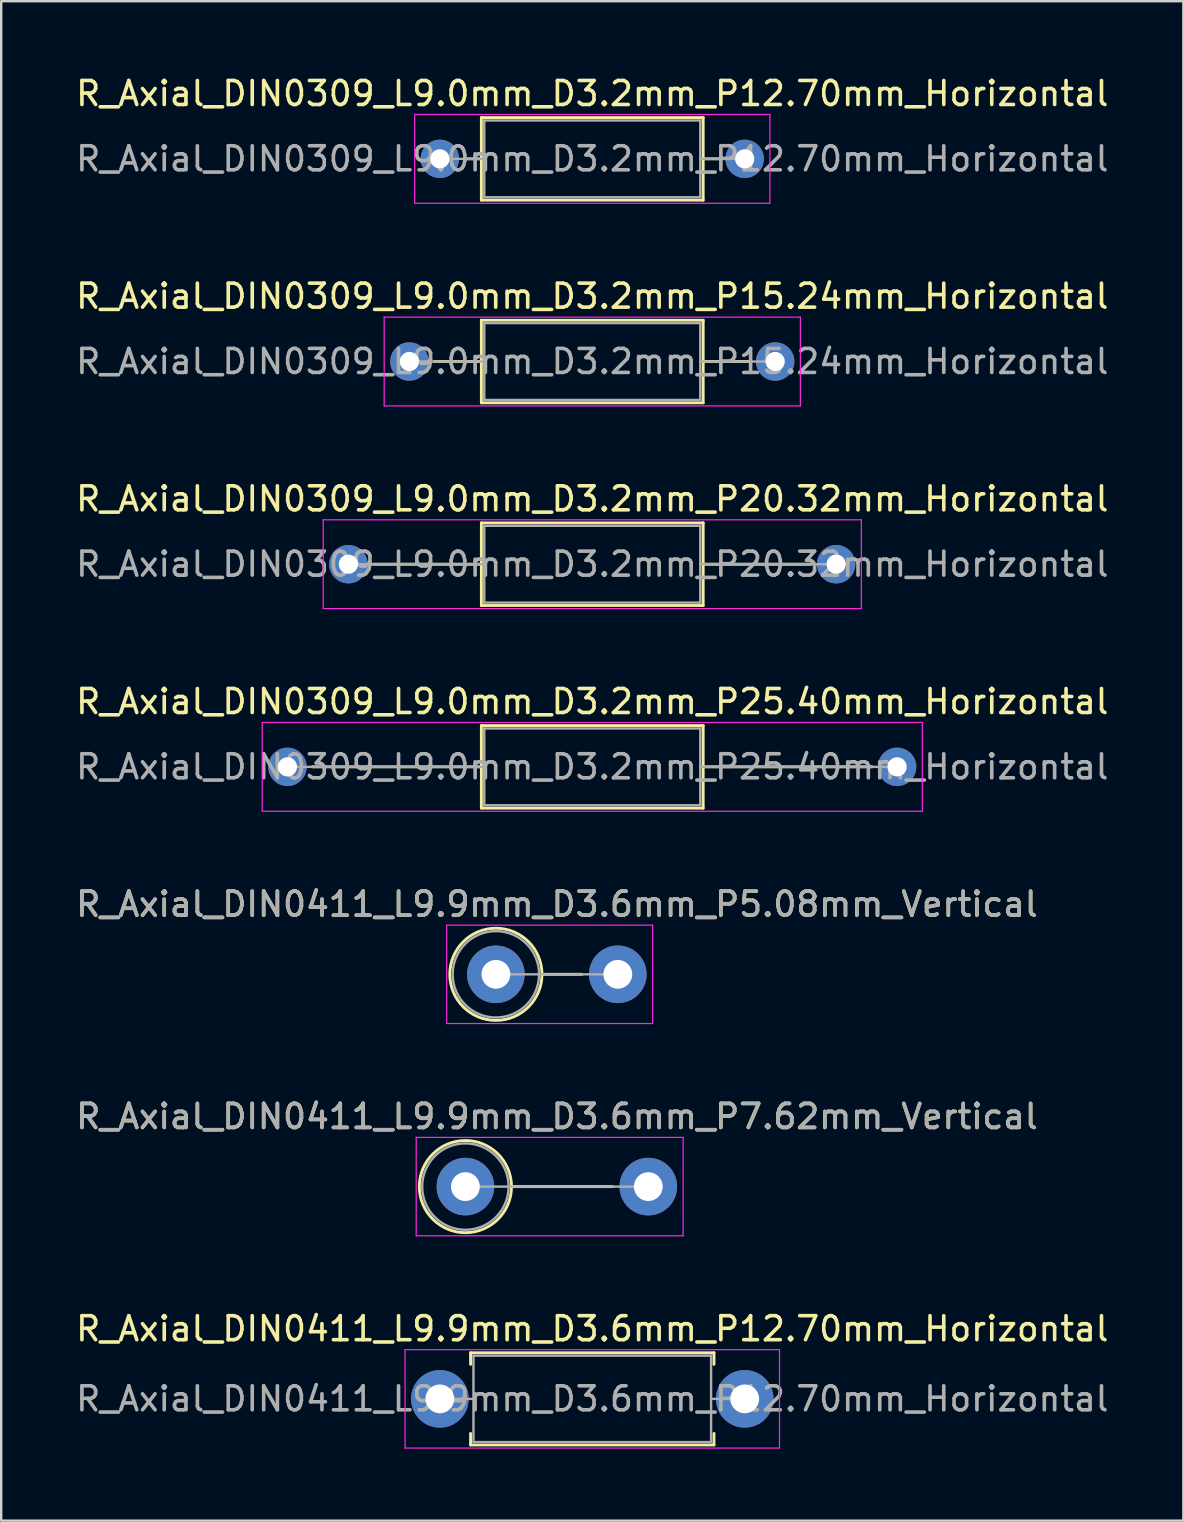
<source format=kicad_pcb>
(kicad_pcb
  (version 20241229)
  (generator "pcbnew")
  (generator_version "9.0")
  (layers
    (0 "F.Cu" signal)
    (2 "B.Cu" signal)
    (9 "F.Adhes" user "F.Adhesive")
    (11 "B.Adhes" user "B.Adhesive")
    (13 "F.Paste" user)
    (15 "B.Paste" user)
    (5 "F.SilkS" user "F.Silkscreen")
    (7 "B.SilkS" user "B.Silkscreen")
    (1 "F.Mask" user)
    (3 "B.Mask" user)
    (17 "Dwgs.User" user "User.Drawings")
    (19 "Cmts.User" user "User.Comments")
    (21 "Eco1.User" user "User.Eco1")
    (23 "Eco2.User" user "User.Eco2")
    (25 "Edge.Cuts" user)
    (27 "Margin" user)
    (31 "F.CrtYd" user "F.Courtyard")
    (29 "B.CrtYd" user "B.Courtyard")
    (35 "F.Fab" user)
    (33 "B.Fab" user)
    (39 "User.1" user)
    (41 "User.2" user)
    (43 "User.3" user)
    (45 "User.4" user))
  (footprint "R_Axial_DIN0309_L9.0mm_D3.2mm_P12.70mm_Horizontal"
    (layer "F.Cu")
    (at 15.275 3.568)
    (property "Reference" "R_Axial_DIN0309_L9.0mm_D3.2mm_P12.70mm_Horizontal" (at 6.35 -2.72 0) (layer "F.SilkS") (effects (font (size 1 1) (thickness 0.15))))
    (attr through_hole)
    (fp_line (start 1.04 0) (end 1.73 0) (stroke (width 0.12) (type solid)) (layer "F.SilkS"))
    (fp_line (start 1.73 -1.72) (end 1.73 1.72) (stroke (width 0.12) (type solid)) (layer "F.SilkS"))
    (fp_line (start 1.73 1.72) (end 10.97 1.72) (stroke (width 0.12) (type solid)) (layer "F.SilkS"))
    (fp_line (start 10.97 -1.72) (end 1.73 -1.72) (stroke (width 0.12) (type solid)) (layer "F.SilkS"))
    (fp_line (start 10.97 1.72) (end 10.97 -1.72) (stroke (width 0.12) (type solid)) (layer "F.SilkS"))
    (fp_line (start 11.66 0) (end 10.97 0) (stroke (width 0.12) (type solid)) (layer "F.SilkS"))
    (fp_line (start -1.05 -1.85) (end -1.05 1.85) (stroke (width 0.05) (type solid)) (layer "F.CrtYd"))
    (fp_line (start -1.05 1.85) (end 13.75 1.85) (stroke (width 0.05) (type solid)) (layer "F.CrtYd"))
    (fp_line (start 13.75 -1.85) (end -1.05 -1.85) (stroke (width 0.05) (type solid)) (layer "F.CrtYd"))
    (fp_line (start 13.75 1.85) (end 13.75 -1.85) (stroke (width 0.05) (type solid)) (layer "F.CrtYd"))
    (fp_line (start 0 0) (end 1.85 0) (stroke (width 0.1) (type solid)) (layer "F.Fab"))
    (fp_line (start 1.85 -1.6) (end 1.85 1.6) (stroke (width 0.1) (type solid)) (layer "F.Fab"))
    (fp_line (start 1.85 1.6) (end 10.85 1.6) (stroke (width 0.1) (type solid)) (layer "F.Fab"))
    (fp_line (start 10.85 -1.6) (end 1.85 -1.6) (stroke (width 0.1) (type solid)) (layer "F.Fab"))
    (fp_line (start 10.85 1.6) (end 10.85 -1.6) (stroke (width 0.1) (type solid)) (layer "F.Fab"))
    (fp_line (start 12.7 0) (end 10.85 0) (stroke (width 0.1) (type solid)) (layer "F.Fab"))
    (fp_text user "${REFERENCE}" (at 6.35 0 0) (layer "F.Fab") (effects (font (size 1 1) (thickness 0.15))))
    (pad "1" thru_hole circle (at 0 0) (size 1.6 1.6) (drill 0.8) (layers "*.Cu" "*.Mask"))
    (pad "2" thru_hole oval (at 12.7 0) (size 1.6 1.6) (drill 0.8) (layers "*.Cu" "*.Mask")))
  (footprint "R_Axial_DIN0309_L9.0mm_D3.2mm_P15.24mm_Horizontal"
    (layer "F.Cu")
    (at 14.005 12.011)
    (property "Reference" "R_Axial_DIN0309_L9.0mm_D3.2mm_P15.24mm_Horizontal" (at 7.62 -2.72 0) (layer "F.SilkS") (effects (font (size 1 1) (thickness 0.15))))
    (attr through_hole)
    (fp_line (start 1.04 0) (end 3 0) (stroke (width 0.12) (type solid)) (layer "F.SilkS"))
    (fp_line (start 3 -1.72) (end 3 1.72) (stroke (width 0.12) (type solid)) (layer "F.SilkS"))
    (fp_line (start 3 1.72) (end 12.24 1.72) (stroke (width 0.12) (type solid)) (layer "F.SilkS"))
    (fp_line (start 12.24 -1.72) (end 3 -1.72) (stroke (width 0.12) (type solid)) (layer "F.SilkS"))
    (fp_line (start 12.24 1.72) (end 12.24 -1.72) (stroke (width 0.12) (type solid)) (layer "F.SilkS"))
    (fp_line (start 14.2 0) (end 12.24 0) (stroke (width 0.12) (type solid)) (layer "F.SilkS"))
    (fp_line (start -1.05 -1.85) (end -1.05 1.85) (stroke (width 0.05) (type solid)) (layer "F.CrtYd"))
    (fp_line (start -1.05 1.85) (end 16.29 1.85) (stroke (width 0.05) (type solid)) (layer "F.CrtYd"))
    (fp_line (start 16.29 -1.85) (end -1.05 -1.85) (stroke (width 0.05) (type solid)) (layer "F.CrtYd"))
    (fp_line (start 16.29 1.85) (end 16.29 -1.85) (stroke (width 0.05) (type solid)) (layer "F.CrtYd"))
    (fp_line (start 0 0) (end 3.12 0) (stroke (width 0.1) (type solid)) (layer "F.Fab"))
    (fp_line (start 3.12 -1.6) (end 3.12 1.6) (stroke (width 0.1) (type solid)) (layer "F.Fab"))
    (fp_line (start 3.12 1.6) (end 12.12 1.6) (stroke (width 0.1) (type solid)) (layer "F.Fab"))
    (fp_line (start 12.12 -1.6) (end 3.12 -1.6) (stroke (width 0.1) (type solid)) (layer "F.Fab"))
    (fp_line (start 12.12 1.6) (end 12.12 -1.6) (stroke (width 0.1) (type solid)) (layer "F.Fab"))
    (fp_line (start 15.24 0) (end 12.12 0) (stroke (width 0.1) (type solid)) (layer "F.Fab"))
    (fp_text user "${REFERENCE}" (at 7.62 0 0) (layer "F.Fab") (effects (font (size 1 1) (thickness 0.15))))
    (pad "1" thru_hole circle (at 0 0) (size 1.6 1.6) (drill 0.8) (layers "*.Cu" "*.Mask"))
    (pad "2" thru_hole oval (at 15.24 0) (size 1.6 1.6) (drill 0.8) (layers "*.Cu" "*.Mask")))
  (footprint "R_Axial_DIN0411_L9.9mm_D3.6mm_P5.08mm_Vertical"
    (layer "F.Cu")
    (at 17.609 37.541)
    (property "Reference" "R_Axial_DIN0411_L9.9mm_D3.6mm_P5.08mm_Vertical" (at 2.54 -2.92 0) (layer "F.SilkS") (effects (font (size 1 1) (thickness 0.15))))
    (attr through_hole)
    (fp_line (start 1.92 0) (end 3.58 0) (stroke (width 0.12) (type solid)) (layer "F.SilkS"))
    (fp_circle (center 0 0) (end 1.92 0) (stroke (width 0.12) (type solid)) (fill no) (layer "F.SilkS"))
    (fp_line (start -2.05 -2.05) (end -2.05 2.05) (stroke (width 0.05) (type solid)) (layer "F.CrtYd"))
    (fp_line (start -2.05 2.05) (end 6.53 2.05) (stroke (width 0.05) (type solid)) (layer "F.CrtYd"))
    (fp_line (start 6.53 -2.05) (end -2.05 -2.05) (stroke (width 0.05) (type solid)) (layer "F.CrtYd"))
    (fp_line (start 6.53 2.05) (end 6.53 -2.05) (stroke (width 0.05) (type solid)) (layer "F.CrtYd"))
    (fp_line (start 0 0) (end 5.08 0) (stroke (width 0.1) (type solid)) (layer "F.Fab"))
    (fp_circle (center 0 0) (end 1.8 0) (stroke (width 0.1) (type solid)) (fill no) (layer "F.Fab"))
    (fp_text user "${REFERENCE}" (at 2.54 -2.92 0) (layer "F.Fab") (effects (font (size 1 1) (thickness 0.15))))
    (pad "1" thru_hole circle (at 0 0) (size 2.4 2.4) (drill 1.2) (layers "*.Cu" "*.Mask"))
    (pad "2" thru_hole oval (at 5.08 0) (size 2.4 2.4) (drill 1.2) (layers "*.Cu" "*.Mask")))
  (footprint "R_Axial_DIN0309_L9.0mm_D3.2mm_P20.32mm_Horizontal"
    (layer "F.Cu")
    (at 11.465 20.455)
    (property "Reference" "R_Axial_DIN0309_L9.0mm_D3.2mm_P20.32mm_Horizontal" (at 10.16 -2.72 0) (layer "F.SilkS") (effects (font (size 1 1) (thickness 0.15))))
    (attr through_hole)
    (fp_line (start 1.04 0) (end 5.54 0) (stroke (width 0.12) (type solid)) (layer "F.SilkS"))
    (fp_line (start 5.54 -1.72) (end 5.54 1.72) (stroke (width 0.12) (type solid)) (layer "F.SilkS"))
    (fp_line (start 5.54 1.72) (end 14.78 1.72) (stroke (width 0.12) (type solid)) (layer "F.SilkS"))
    (fp_line (start 14.78 -1.72) (end 5.54 -1.72) (stroke (width 0.12) (type solid)) (layer "F.SilkS"))
    (fp_line (start 14.78 1.72) (end 14.78 -1.72) (stroke (width 0.12) (type solid)) (layer "F.SilkS"))
    (fp_line (start 19.28 0) (end 14.78 0) (stroke (width 0.12) (type solid)) (layer "F.SilkS"))
    (fp_line (start -1.05 -1.85) (end -1.05 1.85) (stroke (width 0.05) (type solid)) (layer "F.CrtYd"))
    (fp_line (start -1.05 1.85) (end 21.37 1.85) (stroke (width 0.05) (type solid)) (layer "F.CrtYd"))
    (fp_line (start 21.37 -1.85) (end -1.05 -1.85) (stroke (width 0.05) (type solid)) (layer "F.CrtYd"))
    (fp_line (start 21.37 1.85) (end 21.37 -1.85) (stroke (width 0.05) (type solid)) (layer "F.CrtYd"))
    (fp_line (start 0 0) (end 5.66 0) (stroke (width 0.1) (type solid)) (layer "F.Fab"))
    (fp_line (start 5.66 -1.6) (end 5.66 1.6) (stroke (width 0.1) (type solid)) (layer "F.Fab"))
    (fp_line (start 5.66 1.6) (end 14.66 1.6) (stroke (width 0.1) (type solid)) (layer "F.Fab"))
    (fp_line (start 14.66 -1.6) (end 5.66 -1.6) (stroke (width 0.1) (type solid)) (layer "F.Fab"))
    (fp_line (start 14.66 1.6) (end 14.66 -1.6) (stroke (width 0.1) (type solid)) (layer "F.Fab"))
    (fp_line (start 20.32 0) (end 14.66 0) (stroke (width 0.1) (type solid)) (layer "F.Fab"))
    (fp_text user "${REFERENCE}" (at 10.16 0 0) (layer "F.Fab") (effects (font (size 1 1) (thickness 0.15))))
    (pad "1" thru_hole circle (at 0 0) (size 1.6 1.6) (drill 0.8) (layers "*.Cu" "*.Mask"))
    (pad "2" thru_hole oval (at 20.32 0) (size 1.6 1.6) (drill 0.8) (layers "*.Cu" "*.Mask")))
  (footprint "R_Axial_DIN0411_L9.9mm_D3.6mm_P7.62mm_Vertical"
    (layer "F.Cu")
    (at 16.339 46.385)
    (property "Reference" "R_Axial_DIN0411_L9.9mm_D3.6mm_P7.62mm_Vertical" (at 3.81 -2.92 0) (layer "F.SilkS") (effects (font (size 1 1) (thickness 0.15))))
    (attr through_hole)
    (fp_line (start 1.92 0) (end 6.12 0) (stroke (width 0.12) (type solid)) (layer "F.SilkS"))
    (fp_circle (center 0 0) (end 1.92 0) (stroke (width 0.12) (type solid)) (fill no) (layer "F.SilkS"))
    (fp_line (start -2.05 -2.05) (end -2.05 2.05) (stroke (width 0.05) (type solid)) (layer "F.CrtYd"))
    (fp_line (start -2.05 2.05) (end 9.07 2.05) (stroke (width 0.05) (type solid)) (layer "F.CrtYd"))
    (fp_line (start 9.07 -2.05) (end -2.05 -2.05) (stroke (width 0.05) (type solid)) (layer "F.CrtYd"))
    (fp_line (start 9.07 2.05) (end 9.07 -2.05) (stroke (width 0.05) (type solid)) (layer "F.CrtYd"))
    (fp_line (start 0 0) (end 7.62 0) (stroke (width 0.1) (type solid)) (layer "F.Fab"))
    (fp_circle (center 0 0) (end 1.8 0) (stroke (width 0.1) (type solid)) (fill no) (layer "F.Fab"))
    (fp_text user "${REFERENCE}" (at 3.81 -2.92 0) (layer "F.Fab") (effects (font (size 1 1) (thickness 0.15))))
    (pad "1" thru_hole circle (at 0 0) (size 2.4 2.4) (drill 1.2) (layers "*.Cu" "*.Mask"))
    (pad "2" thru_hole oval (at 7.62 0) (size 2.4 2.4) (drill 1.2) (layers "*.Cu" "*.Mask")))
  (footprint "R_Axial_DIN0309_L9.0mm_D3.2mm_P25.40mm_Horizontal"
    (layer "F.Cu")
    (at 8.925 28.898)
    (property "Reference" "R_Axial_DIN0309_L9.0mm_D3.2mm_P25.40mm_Horizontal" (at 12.7 -2.72 0) (layer "F.SilkS") (effects (font (size 1 1) (thickness 0.15))))
    (attr through_hole)
    (fp_line (start 1.04 0) (end 8.08 0) (stroke (width 0.12) (type solid)) (layer "F.SilkS"))
    (fp_line (start 8.08 -1.72) (end 8.08 1.72) (stroke (width 0.12) (type solid)) (layer "F.SilkS"))
    (fp_line (start 8.08 1.72) (end 17.32 1.72) (stroke (width 0.12) (type solid)) (layer "F.SilkS"))
    (fp_line (start 17.32 -1.72) (end 8.08 -1.72) (stroke (width 0.12) (type solid)) (layer "F.SilkS"))
    (fp_line (start 17.32 1.72) (end 17.32 -1.72) (stroke (width 0.12) (type solid)) (layer "F.SilkS"))
    (fp_line (start 24.36 0) (end 17.32 0) (stroke (width 0.12) (type solid)) (layer "F.SilkS"))
    (fp_line (start -1.05 -1.85) (end -1.05 1.85) (stroke (width 0.05) (type solid)) (layer "F.CrtYd"))
    (fp_line (start -1.05 1.85) (end 26.45 1.85) (stroke (width 0.05) (type solid)) (layer "F.CrtYd"))
    (fp_line (start 26.45 -1.85) (end -1.05 -1.85) (stroke (width 0.05) (type solid)) (layer "F.CrtYd"))
    (fp_line (start 26.45 1.85) (end 26.45 -1.85) (stroke (width 0.05) (type solid)) (layer "F.CrtYd"))
    (fp_line (start 0 0) (end 8.2 0) (stroke (width 0.1) (type solid)) (layer "F.Fab"))
    (fp_line (start 8.2 -1.6) (end 8.2 1.6) (stroke (width 0.1) (type solid)) (layer "F.Fab"))
    (fp_line (start 8.2 1.6) (end 17.2 1.6) (stroke (width 0.1) (type solid)) (layer "F.Fab"))
    (fp_line (start 17.2 -1.6) (end 8.2 -1.6) (stroke (width 0.1) (type solid)) (layer "F.Fab"))
    (fp_line (start 17.2 1.6) (end 17.2 -1.6) (stroke (width 0.1) (type solid)) (layer "F.Fab"))
    (fp_line (start 25.4 0) (end 17.2 0) (stroke (width 0.1) (type solid)) (layer "F.Fab"))
    (fp_text user "${REFERENCE}" (at 12.7 0 0) (layer "F.Fab") (effects (font (size 1 1) (thickness 0.15))))
    (pad "1" thru_hole circle (at 0 0) (size 1.6 1.6) (drill 0.8) (layers "*.Cu" "*.Mask"))
    (pad "2" thru_hole oval (at 25.4 0) (size 1.6 1.6) (drill 0.8) (layers "*.Cu" "*.Mask")))
  (footprint "R_Axial_DIN0411_L9.9mm_D3.6mm_P12.70mm_Horizontal"
    (layer "F.Cu")
    (at 15.275 55.228)
    (property "Reference" "R_Axial_DIN0411_L9.9mm_D3.6mm_P12.70mm_Horizontal" (at 6.35 -2.92 0) (layer "F.SilkS") (effects (font (size 1 1) (thickness 0.15))))
    (attr through_hole)
    (fp_line (start 1.28 -1.92) (end 11.42 -1.92) (stroke (width 0.12) (type solid)) (layer "F.SilkS"))
    (fp_line (start 1.28 -1.44) (end 1.28 -1.92) (stroke (width 0.12) (type solid)) (layer "F.SilkS"))
    (fp_line (start 1.28 1.44) (end 1.28 1.92) (stroke (width 0.12) (type solid)) (layer "F.SilkS"))
    (fp_line (start 1.28 1.92) (end 11.42 1.92) (stroke (width 0.12) (type solid)) (layer "F.SilkS"))
    (fp_line (start 11.42 -1.92) (end 11.42 -1.44) (stroke (width 0.12) (type solid)) (layer "F.SilkS"))
    (fp_line (start 11.42 1.92) (end 11.42 1.44) (stroke (width 0.12) (type solid)) (layer "F.SilkS"))
    (fp_line (start -1.45 -2.05) (end -1.45 2.05) (stroke (width 0.05) (type solid)) (layer "F.CrtYd"))
    (fp_line (start -1.45 2.05) (end 14.15 2.05) (stroke (width 0.05) (type solid)) (layer "F.CrtYd"))
    (fp_line (start 14.15 -2.05) (end -1.45 -2.05) (stroke (width 0.05) (type solid)) (layer "F.CrtYd"))
    (fp_line (start 14.15 2.05) (end 14.15 -2.05) (stroke (width 0.05) (type solid)) (layer "F.CrtYd"))
    (fp_line (start 0 0) (end 1.4 0) (stroke (width 0.1) (type solid)) (layer "F.Fab"))
    (fp_line (start 1.4 -1.8) (end 1.4 1.8) (stroke (width 0.1) (type solid)) (layer "F.Fab"))
    (fp_line (start 1.4 1.8) (end 11.3 1.8) (stroke (width 0.1) (type solid)) (layer "F.Fab"))
    (fp_line (start 11.3 -1.8) (end 1.4 -1.8) (stroke (width 0.1) (type solid)) (layer "F.Fab"))
    (fp_line (start 11.3 1.8) (end 11.3 -1.8) (stroke (width 0.1) (type solid)) (layer "F.Fab"))
    (fp_line (start 12.7 0) (end 11.3 0) (stroke (width 0.1) (type solid)) (layer "F.Fab"))
    (fp_text user "${REFERENCE}" (at 6.35 0 0) (layer "F.Fab") (effects (font (size 1 1) (thickness 0.15))))
    (pad "1" thru_hole circle (at 0 0) (size 2.4 2.4) (drill 1.2) (layers "*.Cu" "*.Mask"))
    (pad "2" thru_hole oval (at 12.7 0) (size 2.4 2.4) (drill 1.2) (layers "*.Cu" "*.Mask")))
  (gr_rect
    (start -3 -3)
    (end 46.25 60.303)
    (stroke (width 0.1) (type default))
    (fill no)
    (layer "Edge.Cuts")))
</source>
